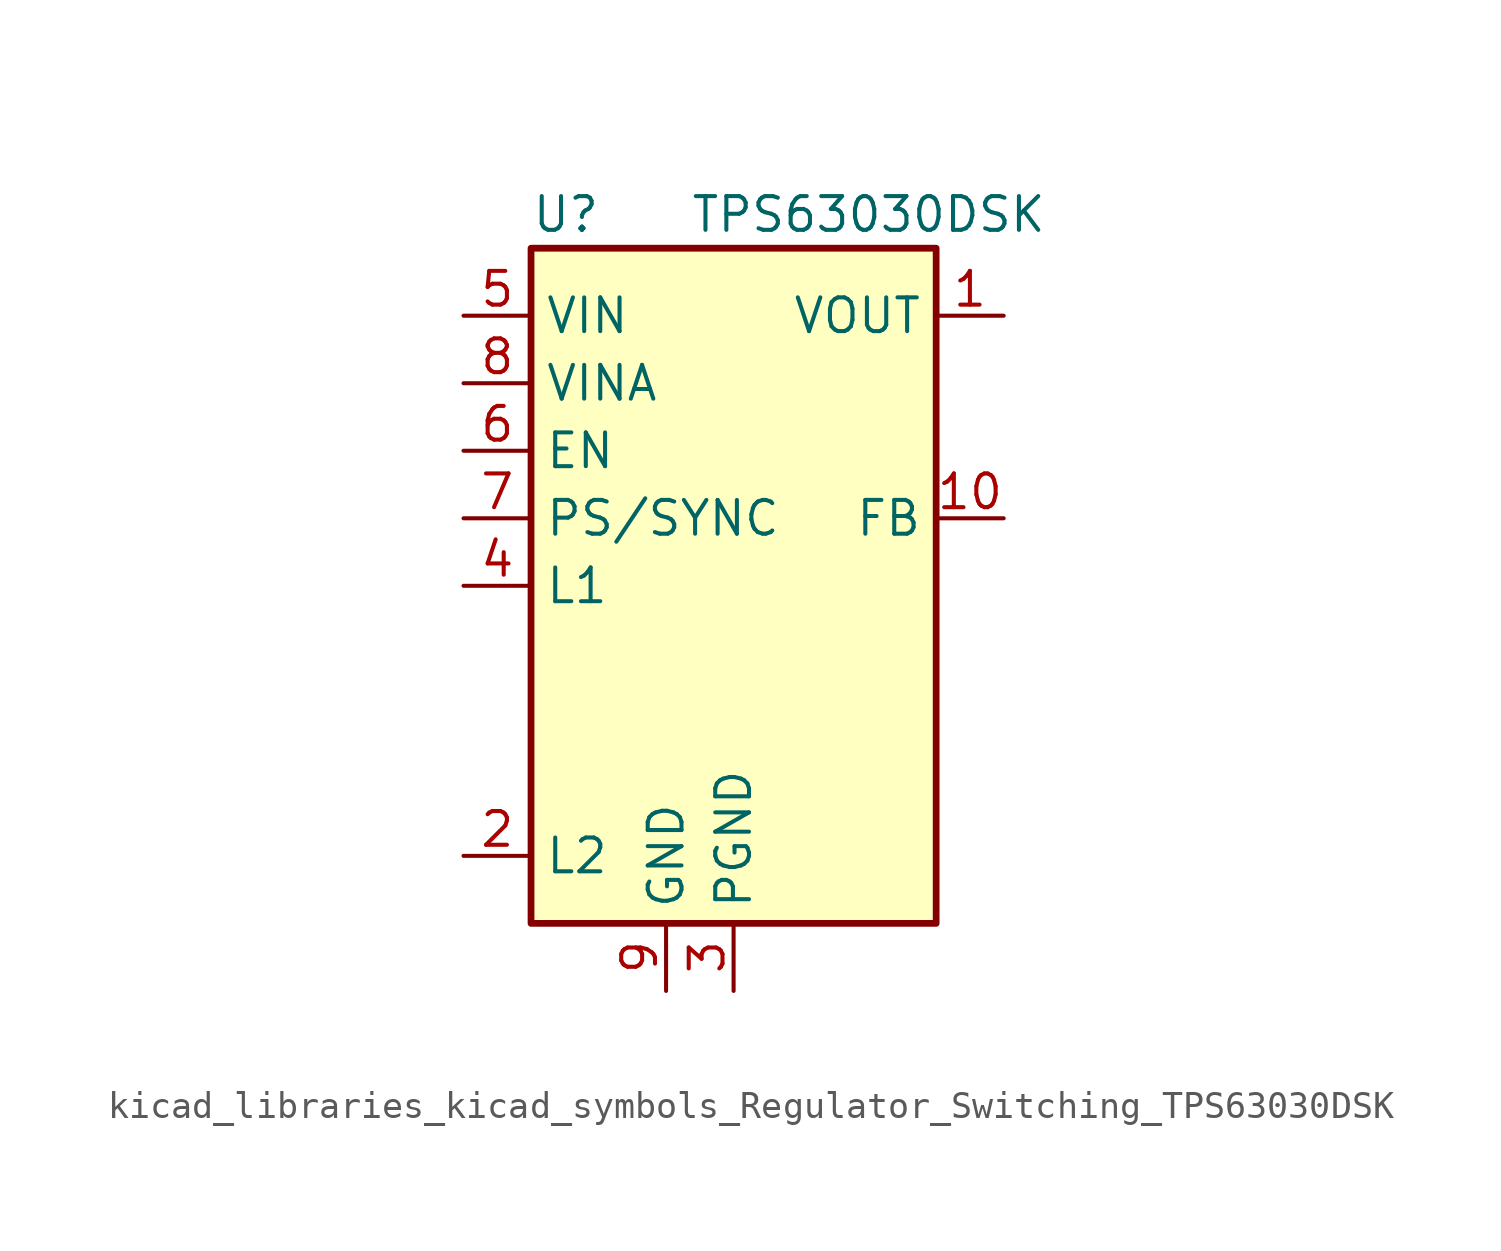
<source format=kicad_sym>
(kicad_symbol_lib
  (version 20220914)
  (generator kicad_symbol_editor)
  (symbol "kicad_libraries_kicad_symbols_Regulator_Switching_TPS63030DSK"
    (property "Reference" "U"
      (at -7.62 13.97 0)
      (effects (font (size 1.27 1.27)) (justify left)))
    (property "Value" "TPS63030DSK"
      (at 5.08 13.97 0)
      (effects (font (size 1.27 1.27))))
    (symbol "kicad_libraries_kicad_symbols_Regulator_Switching_TPS63030DSK_0_1"
      (rectangle (start -7.62 12.7) (end 7.62 -12.7) (stroke (width 0.254) (type default)) (fill (type background))))
    (symbol "kicad_libraries_kicad_symbols_Regulator_Switching_TPS63030DSK_1_1"
      (pin power_out line (at 10.16 10.16 180) (length 2.54) (name "VOUT" (effects (font (size 1.27 1.27)))) (number "1" (effects (font (size 1.27 1.27)))))
      (pin input line (at 10.16 2.54 180) (length 2.54) (name "FB" (effects (font (size 1.27 1.27)))) (number "10" (effects (font (size 1.27 1.27)))))
      (pin passive line (at 0 -15.24 90) (length 2.54) hide (name "PGND" (effects (font (size 1.27 1.27)))) (number "11" (effects (font (size 1.27 1.27)))))
      (pin input line (at -10.16 -10.16 0) (length 2.54) (name "L2" (effects (font (size 1.27 1.27)))) (number "2" (effects (font (size 1.27 1.27)))))
      (pin power_in line (at 0 -15.24 90) (length 2.54) (name "PGND" (effects (font (size 1.27 1.27)))) (number "3" (effects (font (size 1.27 1.27)))))
      (pin input line (at -10.16 0 0) (length 2.54) (name "L1" (effects (font (size 1.27 1.27)))) (number "4" (effects (font (size 1.27 1.27)))))
      (pin power_in line (at -10.16 10.16 0) (length 2.54) (name "VIN" (effects (font (size 1.27 1.27)))) (number "5" (effects (font (size 1.27 1.27)))))
      (pin input line (at -10.16 5.08 0) (length 2.54) (name "EN" (effects (font (size 1.27 1.27)))) (number "6" (effects (font (size 1.27 1.27)))))
      (pin input line (at -10.16 2.54 0) (length 2.54) (name "PS/SYNC" (effects (font (size 1.27 1.27)))) (number "7" (effects (font (size 1.27 1.27)))))
      (pin passive line (at -10.16 7.62 0) (length 2.54) (name "VINA" (effects (font (size 1.27 1.27)))) (number "8" (effects (font (size 1.27 1.27)))))
      (pin power_in line (at -2.54 -15.24 90) (length 2.54) (name "GND" (effects (font (size 1.27 1.27)))) (number "9" (effects (font (size 1.27 1.27))))))))
</source>
